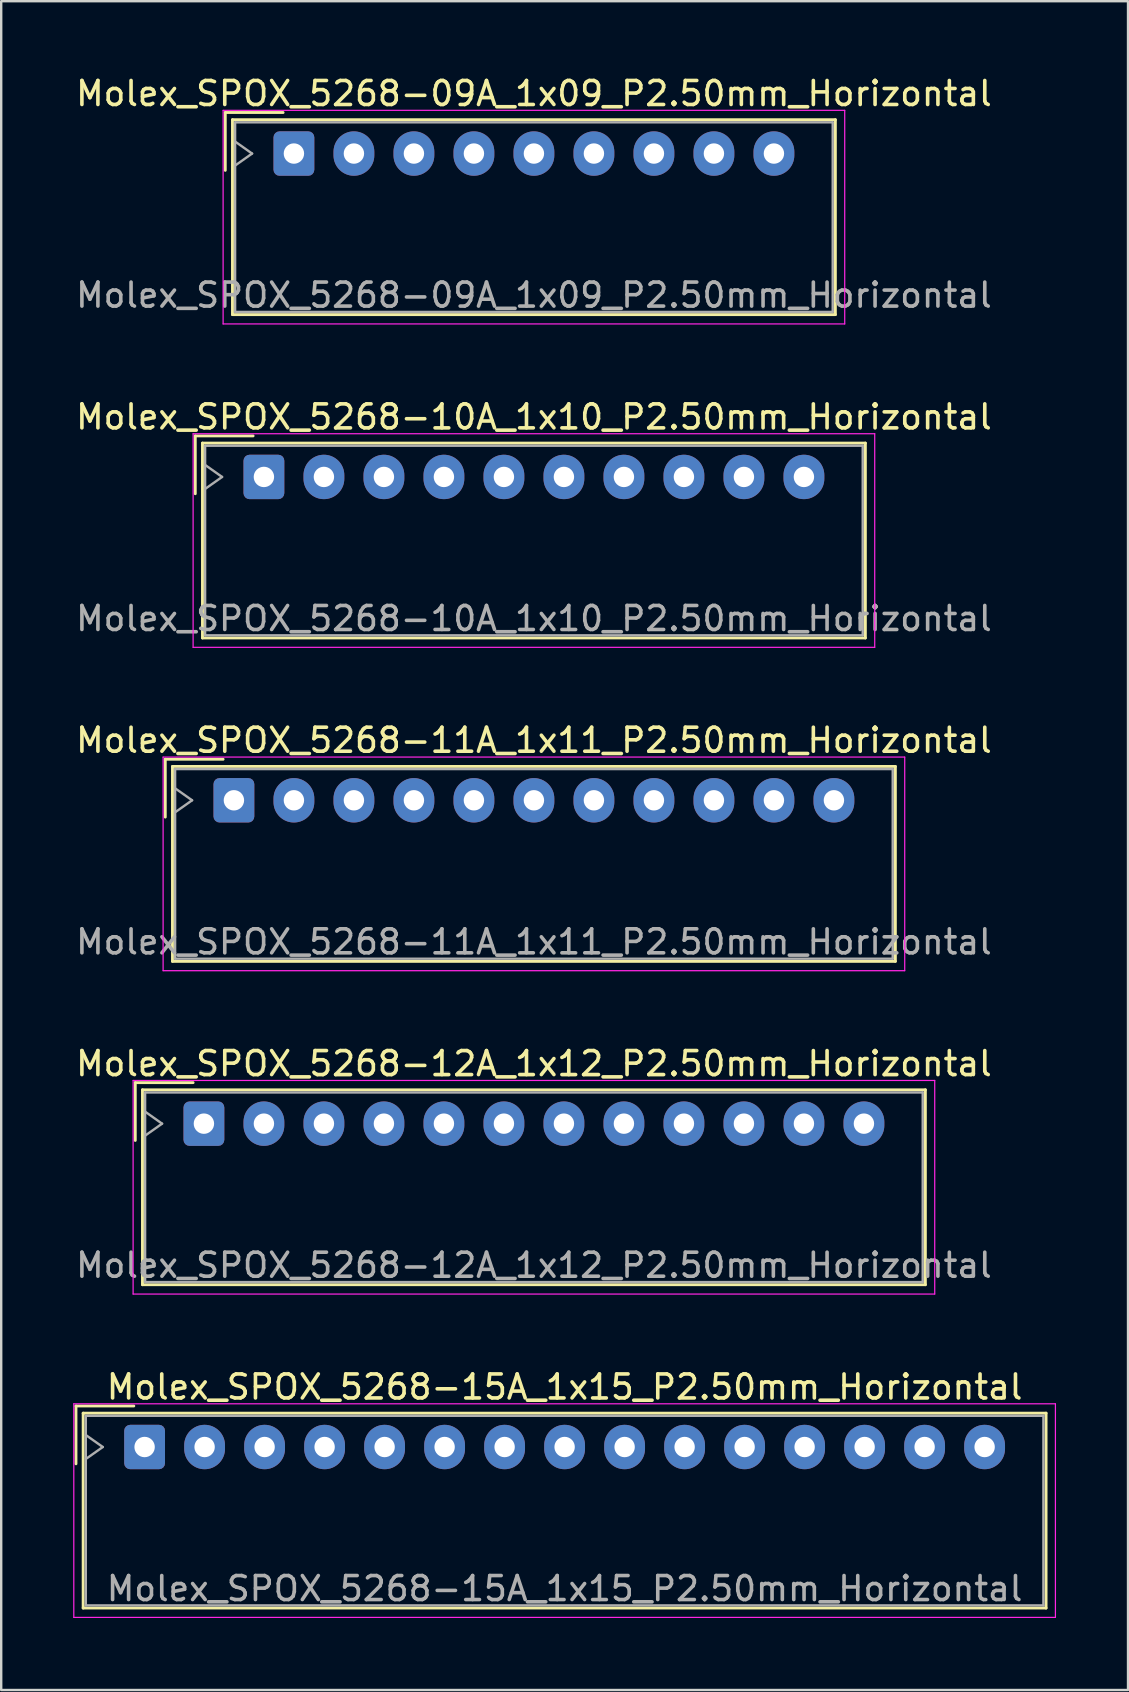
<source format=kicad_pcb>
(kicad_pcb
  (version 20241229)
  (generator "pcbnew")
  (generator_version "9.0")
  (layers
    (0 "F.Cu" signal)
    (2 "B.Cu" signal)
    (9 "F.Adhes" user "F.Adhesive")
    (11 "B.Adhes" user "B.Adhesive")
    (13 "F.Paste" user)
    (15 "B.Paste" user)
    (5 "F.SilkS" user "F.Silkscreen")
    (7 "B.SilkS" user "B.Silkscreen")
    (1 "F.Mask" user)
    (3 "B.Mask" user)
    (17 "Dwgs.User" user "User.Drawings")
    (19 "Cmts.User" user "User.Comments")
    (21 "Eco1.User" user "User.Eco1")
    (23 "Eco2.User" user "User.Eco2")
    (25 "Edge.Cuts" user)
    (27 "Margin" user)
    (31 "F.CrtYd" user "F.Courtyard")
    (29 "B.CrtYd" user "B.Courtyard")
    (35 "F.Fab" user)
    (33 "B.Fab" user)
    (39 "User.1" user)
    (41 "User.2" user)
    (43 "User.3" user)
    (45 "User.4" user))
  (footprint "Molex_SPOX_5268-09A_1x09_P2.50mm_Horizontal"
    (layer "F.Cu")
    (at 9.196 3.348)
    (property "Reference" "Molex_SPOX_5268-09A_1x09_P2.50mm_Horizontal" (at 10 -2.5 0) (layer "F.SilkS") (effects (font (size 1 1) (thickness 0.15))))
    (attr through_hole)
    (fp_line (start -2.86 -1.71) (end -0.45 -1.71) (stroke (width 0.12) (type solid)) (layer "F.SilkS"))
    (fp_line (start -2.86 0.7) (end -2.86 -1.71) (stroke (width 0.12) (type solid)) (layer "F.SilkS"))
    (fp_line (start -2.56 -1.41) (end -2.56 6.71) (stroke (width 0.12) (type solid)) (layer "F.SilkS"))
    (fp_line (start -2.56 6.71) (end 22.56 6.71) (stroke (width 0.12) (type solid)) (layer "F.SilkS"))
    (fp_line (start 22.56 -1.41) (end -2.56 -1.41) (stroke (width 0.12) (type solid)) (layer "F.SilkS"))
    (fp_line (start 22.56 6.71) (end 22.56 -1.41) (stroke (width 0.12) (type solid)) (layer "F.SilkS"))
    (fp_line (start -2.95 -1.8) (end -2.95 7.1) (stroke (width 0.05) (type solid)) (layer "F.CrtYd"))
    (fp_line (start -2.95 7.1) (end 22.95 7.1) (stroke (width 0.05) (type solid)) (layer "F.CrtYd"))
    (fp_line (start 22.95 -1.8) (end -2.95 -1.8) (stroke (width 0.05) (type solid)) (layer "F.CrtYd"))
    (fp_line (start 22.95 7.1) (end 22.95 -1.8) (stroke (width 0.05) (type solid)) (layer "F.CrtYd"))
    (fp_line (start -2.45 -1.3) (end -2.45 6.6) (stroke (width 0.1) (type solid)) (layer "F.Fab"))
    (fp_line (start -2.45 0.5) (end -1.743 0) (stroke (width 0.1) (type solid)) (layer "F.Fab"))
    (fp_line (start -2.45 6.6) (end 22.45 6.6) (stroke (width 0.1) (type solid)) (layer "F.Fab"))
    (fp_line (start -1.743 0) (end -2.45 -0.5) (stroke (width 0.1) (type solid)) (layer "F.Fab"))
    (fp_line (start 22.45 -1.3) (end -2.45 -1.3) (stroke (width 0.1) (type solid)) (layer "F.Fab"))
    (fp_line (start 22.45 6.6) (end 22.45 -1.3) (stroke (width 0.1) (type solid)) (layer "F.Fab"))
    (fp_text user "${REFERENCE}" (at 10 5.9 0) (layer "F.Fab") (effects (font (size 1 1) (thickness 0.15))))
    (pad "1" thru_hole roundrect (at 0 0) (size 1.7 1.85) (drill 0.85) (layers "*.Cu" "*.Mask") (roundrect_rratio 0.147))
    (pad "2" thru_hole oval (at 2.5 0) (size 1.7 1.85) (drill 0.85) (layers "*.Cu" "*.Mask"))
    (pad "3" thru_hole oval (at 5 0) (size 1.7 1.85) (drill 0.85) (layers "*.Cu" "*.Mask"))
    (pad "4" thru_hole oval (at 7.5 0) (size 1.7 1.85) (drill 0.85) (layers "*.Cu" "*.Mask"))
    (pad "5" thru_hole oval (at 10 0) (size 1.7 1.85) (drill 0.85) (layers "*.Cu" "*.Mask"))
    (pad "6" thru_hole oval (at 12.5 0) (size 1.7 1.85) (drill 0.85) (layers "*.Cu" "*.Mask"))
    (pad "7" thru_hole oval (at 15 0) (size 1.7 1.85) (drill 0.85) (layers "*.Cu" "*.Mask"))
    (pad "8" thru_hole oval (at 17.5 0) (size 1.7 1.85) (drill 0.85) (layers "*.Cu" "*.Mask"))
    (pad "9" thru_hole oval (at 20 0) (size 1.7 1.85) (drill 0.85) (layers "*.Cu" "*.Mask")))
  (footprint "Molex_SPOX_5268-11A_1x11_P2.50mm_Horizontal"
    (layer "F.Cu")
    (at 6.696 30.295)
    (property "Reference" "Molex_SPOX_5268-11A_1x11_P2.50mm_Horizontal" (at 12.5 -2.5 0) (layer "F.SilkS") (effects (font (size 1 1) (thickness 0.15))))
    (attr through_hole)
    (fp_line (start -2.86 -1.71) (end -0.45 -1.71) (stroke (width 0.12) (type solid)) (layer "F.SilkS"))
    (fp_line (start -2.86 0.7) (end -2.86 -1.71) (stroke (width 0.12) (type solid)) (layer "F.SilkS"))
    (fp_line (start -2.56 -1.41) (end -2.56 6.71) (stroke (width 0.12) (type solid)) (layer "F.SilkS"))
    (fp_line (start -2.56 6.71) (end 27.56 6.71) (stroke (width 0.12) (type solid)) (layer "F.SilkS"))
    (fp_line (start 27.56 -1.41) (end -2.56 -1.41) (stroke (width 0.12) (type solid)) (layer "F.SilkS"))
    (fp_line (start 27.56 6.71) (end 27.56 -1.41) (stroke (width 0.12) (type solid)) (layer "F.SilkS"))
    (fp_line (start -2.95 -1.8) (end -2.95 7.1) (stroke (width 0.05) (type solid)) (layer "F.CrtYd"))
    (fp_line (start -2.95 7.1) (end 27.95 7.1) (stroke (width 0.05) (type solid)) (layer "F.CrtYd"))
    (fp_line (start 27.95 -1.8) (end -2.95 -1.8) (stroke (width 0.05) (type solid)) (layer "F.CrtYd"))
    (fp_line (start 27.95 7.1) (end 27.95 -1.8) (stroke (width 0.05) (type solid)) (layer "F.CrtYd"))
    (fp_line (start -2.45 -1.3) (end -2.45 6.6) (stroke (width 0.1) (type solid)) (layer "F.Fab"))
    (fp_line (start -2.45 0.5) (end -1.743 0) (stroke (width 0.1) (type solid)) (layer "F.Fab"))
    (fp_line (start -2.45 6.6) (end 27.45 6.6) (stroke (width 0.1) (type solid)) (layer "F.Fab"))
    (fp_line (start -1.743 0) (end -2.45 -0.5) (stroke (width 0.1) (type solid)) (layer "F.Fab"))
    (fp_line (start 27.45 -1.3) (end -2.45 -1.3) (stroke (width 0.1) (type solid)) (layer "F.Fab"))
    (fp_line (start 27.45 6.6) (end 27.45 -1.3) (stroke (width 0.1) (type solid)) (layer "F.Fab"))
    (fp_text user "${REFERENCE}" (at 12.5 5.9 0) (layer "F.Fab") (effects (font (size 1 1) (thickness 0.15))))
    (pad "1" thru_hole roundrect (at 0 0) (size 1.7 1.85) (drill 0.85) (layers "*.Cu" "*.Mask") (roundrect_rratio 0.147))
    (pad "2" thru_hole oval (at 2.5 0) (size 1.7 1.85) (drill 0.85) (layers "*.Cu" "*.Mask"))
    (pad "3" thru_hole oval (at 5 0) (size 1.7 1.85) (drill 0.85) (layers "*.Cu" "*.Mask"))
    (pad "4" thru_hole oval (at 7.5 0) (size 1.7 1.85) (drill 0.85) (layers "*.Cu" "*.Mask"))
    (pad "5" thru_hole oval (at 10 0) (size 1.7 1.85) (drill 0.85) (layers "*.Cu" "*.Mask"))
    (pad "6" thru_hole oval (at 12.5 0) (size 1.7 1.85) (drill 0.85) (layers "*.Cu" "*.Mask"))
    (pad "7" thru_hole oval (at 15 0) (size 1.7 1.85) (drill 0.85) (layers "*.Cu" "*.Mask"))
    (pad "8" thru_hole oval (at 17.5 0) (size 1.7 1.85) (drill 0.85) (layers "*.Cu" "*.Mask"))
    (pad "9" thru_hole oval (at 20 0) (size 1.7 1.85) (drill 0.85) (layers "*.Cu" "*.Mask"))
    (pad "10" thru_hole oval (at 22.5 0) (size 1.7 1.85) (drill 0.85) (layers "*.Cu" "*.Mask"))
    (pad "11" thru_hole oval (at 25 0) (size 1.7 1.85) (drill 0.85) (layers "*.Cu" "*.Mask")))
  (footprint "Molex_SPOX_5268-12A_1x12_P2.50mm_Horizontal"
    (layer "F.Cu")
    (at 5.446 43.768)
    (property "Reference" "Molex_SPOX_5268-12A_1x12_P2.50mm_Horizontal" (at 13.75 -2.5 0) (layer "F.SilkS") (effects (font (size 1 1) (thickness 0.15))))
    (attr through_hole)
    (fp_line (start -2.86 -1.71) (end -0.45 -1.71) (stroke (width 0.12) (type solid)) (layer "F.SilkS"))
    (fp_line (start -2.86 0.7) (end -2.86 -1.71) (stroke (width 0.12) (type solid)) (layer "F.SilkS"))
    (fp_line (start -2.56 -1.41) (end -2.56 6.71) (stroke (width 0.12) (type solid)) (layer "F.SilkS"))
    (fp_line (start -2.56 6.71) (end 30.06 6.71) (stroke (width 0.12) (type solid)) (layer "F.SilkS"))
    (fp_line (start 30.06 -1.41) (end -2.56 -1.41) (stroke (width 0.12) (type solid)) (layer "F.SilkS"))
    (fp_line (start 30.06 6.71) (end 30.06 -1.41) (stroke (width 0.12) (type solid)) (layer "F.SilkS"))
    (fp_line (start -2.95 -1.8) (end -2.95 7.1) (stroke (width 0.05) (type solid)) (layer "F.CrtYd"))
    (fp_line (start -2.95 7.1) (end 30.45 7.1) (stroke (width 0.05) (type solid)) (layer "F.CrtYd"))
    (fp_line (start 30.45 -1.8) (end -2.95 -1.8) (stroke (width 0.05) (type solid)) (layer "F.CrtYd"))
    (fp_line (start 30.45 7.1) (end 30.45 -1.8) (stroke (width 0.05) (type solid)) (layer "F.CrtYd"))
    (fp_line (start -2.45 -1.3) (end -2.45 6.6) (stroke (width 0.1) (type solid)) (layer "F.Fab"))
    (fp_line (start -2.45 0.5) (end -1.743 0) (stroke (width 0.1) (type solid)) (layer "F.Fab"))
    (fp_line (start -2.45 6.6) (end 29.95 6.6) (stroke (width 0.1) (type solid)) (layer "F.Fab"))
    (fp_line (start -1.743 0) (end -2.45 -0.5) (stroke (width 0.1) (type solid)) (layer "F.Fab"))
    (fp_line (start 29.95 -1.3) (end -2.45 -1.3) (stroke (width 0.1) (type solid)) (layer "F.Fab"))
    (fp_line (start 29.95 6.6) (end 29.95 -1.3) (stroke (width 0.1) (type solid)) (layer "F.Fab"))
    (fp_text user "${REFERENCE}" (at 13.75 5.9 0) (layer "F.Fab") (effects (font (size 1 1) (thickness 0.15))))
    (pad "1" thru_hole roundrect (at 0 0) (size 1.7 1.85) (drill 0.85) (layers "*.Cu" "*.Mask") (roundrect_rratio 0.147))
    (pad "2" thru_hole oval (at 2.5 0) (size 1.7 1.85) (drill 0.85) (layers "*.Cu" "*.Mask"))
    (pad "3" thru_hole oval (at 5 0) (size 1.7 1.85) (drill 0.85) (layers "*.Cu" "*.Mask"))
    (pad "4" thru_hole oval (at 7.5 0) (size 1.7 1.85) (drill 0.85) (layers "*.Cu" "*.Mask"))
    (pad "5" thru_hole oval (at 10 0) (size 1.7 1.85) (drill 0.85) (layers "*.Cu" "*.Mask"))
    (pad "6" thru_hole oval (at 12.5 0) (size 1.7 1.85) (drill 0.85) (layers "*.Cu" "*.Mask"))
    (pad "7" thru_hole oval (at 15 0) (size 1.7 1.85) (drill 0.85) (layers "*.Cu" "*.Mask"))
    (pad "8" thru_hole oval (at 17.5 0) (size 1.7 1.85) (drill 0.85) (layers "*.Cu" "*.Mask"))
    (pad "9" thru_hole oval (at 20 0) (size 1.7 1.85) (drill 0.85) (layers "*.Cu" "*.Mask"))
    (pad "10" thru_hole oval (at 22.5 0) (size 1.7 1.85) (drill 0.85) (layers "*.Cu" "*.Mask"))
    (pad "11" thru_hole oval (at 25 0) (size 1.7 1.85) (drill 0.85) (layers "*.Cu" "*.Mask"))
    (pad "12" thru_hole oval (at 27.5 0) (size 1.7 1.85) (drill 0.85) (layers "*.Cu" "*.Mask")))
  (footprint "Molex_SPOX_5268-10A_1x10_P2.50mm_Horizontal"
    (layer "F.Cu")
    (at 7.946 16.822)
    (property "Reference" "Molex_SPOX_5268-10A_1x10_P2.50mm_Horizontal" (at 11.25 -2.5 0) (layer "F.SilkS") (effects (font (size 1 1) (thickness 0.15))))
    (attr through_hole)
    (fp_line (start -2.86 -1.71) (end -0.45 -1.71) (stroke (width 0.12) (type solid)) (layer "F.SilkS"))
    (fp_line (start -2.86 0.7) (end -2.86 -1.71) (stroke (width 0.12) (type solid)) (layer "F.SilkS"))
    (fp_line (start -2.56 -1.41) (end -2.56 6.71) (stroke (width 0.12) (type solid)) (layer "F.SilkS"))
    (fp_line (start -2.56 6.71) (end 25.06 6.71) (stroke (width 0.12) (type solid)) (layer "F.SilkS"))
    (fp_line (start 25.06 -1.41) (end -2.56 -1.41) (stroke (width 0.12) (type solid)) (layer "F.SilkS"))
    (fp_line (start 25.06 6.71) (end 25.06 -1.41) (stroke (width 0.12) (type solid)) (layer "F.SilkS"))
    (fp_line (start -2.95 -1.8) (end -2.95 7.1) (stroke (width 0.05) (type solid)) (layer "F.CrtYd"))
    (fp_line (start -2.95 7.1) (end 25.45 7.1) (stroke (width 0.05) (type solid)) (layer "F.CrtYd"))
    (fp_line (start 25.45 -1.8) (end -2.95 -1.8) (stroke (width 0.05) (type solid)) (layer "F.CrtYd"))
    (fp_line (start 25.45 7.1) (end 25.45 -1.8) (stroke (width 0.05) (type solid)) (layer "F.CrtYd"))
    (fp_line (start -2.45 -1.3) (end -2.45 6.6) (stroke (width 0.1) (type solid)) (layer "F.Fab"))
    (fp_line (start -2.45 0.5) (end -1.743 0) (stroke (width 0.1) (type solid)) (layer "F.Fab"))
    (fp_line (start -2.45 6.6) (end 24.95 6.6) (stroke (width 0.1) (type solid)) (layer "F.Fab"))
    (fp_line (start -1.743 0) (end -2.45 -0.5) (stroke (width 0.1) (type solid)) (layer "F.Fab"))
    (fp_line (start 24.95 -1.3) (end -2.45 -1.3) (stroke (width 0.1) (type solid)) (layer "F.Fab"))
    (fp_line (start 24.95 6.6) (end 24.95 -1.3) (stroke (width 0.1) (type solid)) (layer "F.Fab"))
    (fp_text user "${REFERENCE}" (at 11.25 5.9 0) (layer "F.Fab") (effects (font (size 1 1) (thickness 0.15))))
    (pad "1" thru_hole roundrect (at 0 0) (size 1.7 1.85) (drill 0.85) (layers "*.Cu" "*.Mask") (roundrect_rratio 0.147))
    (pad "2" thru_hole oval (at 2.5 0) (size 1.7 1.85) (drill 0.85) (layers "*.Cu" "*.Mask"))
    (pad "3" thru_hole oval (at 5 0) (size 1.7 1.85) (drill 0.85) (layers "*.Cu" "*.Mask"))
    (pad "4" thru_hole oval (at 7.5 0) (size 1.7 1.85) (drill 0.85) (layers "*.Cu" "*.Mask"))
    (pad "5" thru_hole oval (at 10 0) (size 1.7 1.85) (drill 0.85) (layers "*.Cu" "*.Mask"))
    (pad "6" thru_hole oval (at 12.5 0) (size 1.7 1.85) (drill 0.85) (layers "*.Cu" "*.Mask"))
    (pad "7" thru_hole oval (at 15 0) (size 1.7 1.85) (drill 0.85) (layers "*.Cu" "*.Mask"))
    (pad "8" thru_hole oval (at 17.5 0) (size 1.7 1.85) (drill 0.85) (layers "*.Cu" "*.Mask"))
    (pad "9" thru_hole oval (at 20 0) (size 1.7 1.85) (drill 0.85) (layers "*.Cu" "*.Mask"))
    (pad "10" thru_hole oval (at 22.5 0) (size 1.7 1.85) (drill 0.85) (layers "*.Cu" "*.Mask")))
  (footprint "Molex_SPOX_5268-15A_1x15_P2.50mm_Horizontal"
    (layer "F.Cu")
    (at 2.975 57.241)
    (property "Reference" "Molex_SPOX_5268-15A_1x15_P2.50mm_Horizontal" (at 17.5 -2.5 0) (layer "F.SilkS") (effects (font (size 1 1) (thickness 0.15))))
    (attr through_hole)
    (fp_line (start -2.86 -1.71) (end -0.45 -1.71) (stroke (width 0.12) (type solid)) (layer "F.SilkS"))
    (fp_line (start -2.86 0.7) (end -2.86 -1.71) (stroke (width 0.12) (type solid)) (layer "F.SilkS"))
    (fp_line (start -2.56 -1.41) (end -2.56 6.71) (stroke (width 0.12) (type solid)) (layer "F.SilkS"))
    (fp_line (start -2.56 6.71) (end 37.56 6.71) (stroke (width 0.12) (type solid)) (layer "F.SilkS"))
    (fp_line (start 37.56 -1.41) (end -2.56 -1.41) (stroke (width 0.12) (type solid)) (layer "F.SilkS"))
    (fp_line (start 37.56 6.71) (end 37.56 -1.41) (stroke (width 0.12) (type solid)) (layer "F.SilkS"))
    (fp_line (start -2.95 -1.8) (end -2.95 7.1) (stroke (width 0.05) (type solid)) (layer "F.CrtYd"))
    (fp_line (start -2.95 7.1) (end 37.95 7.1) (stroke (width 0.05) (type solid)) (layer "F.CrtYd"))
    (fp_line (start 37.95 -1.8) (end -2.95 -1.8) (stroke (width 0.05) (type solid)) (layer "F.CrtYd"))
    (fp_line (start 37.95 7.1) (end 37.95 -1.8) (stroke (width 0.05) (type solid)) (layer "F.CrtYd"))
    (fp_line (start -2.45 -1.3) (end -2.45 6.6) (stroke (width 0.1) (type solid)) (layer "F.Fab"))
    (fp_line (start -2.45 0.5) (end -1.743 0) (stroke (width 0.1) (type solid)) (layer "F.Fab"))
    (fp_line (start -2.45 6.6) (end 37.45 6.6) (stroke (width 0.1) (type solid)) (layer "F.Fab"))
    (fp_line (start -1.743 0) (end -2.45 -0.5) (stroke (width 0.1) (type solid)) (layer "F.Fab"))
    (fp_line (start 37.45 -1.3) (end -2.45 -1.3) (stroke (width 0.1) (type solid)) (layer "F.Fab"))
    (fp_line (start 37.45 6.6) (end 37.45 -1.3) (stroke (width 0.1) (type solid)) (layer "F.Fab"))
    (fp_text user "${REFERENCE}" (at 17.5 5.9 0) (layer "F.Fab") (effects (font (size 1 1) (thickness 0.15))))
    (pad "1" thru_hole roundrect (at 0 0) (size 1.7 1.85) (drill 0.85) (layers "*.Cu" "*.Mask") (roundrect_rratio 0.147))
    (pad "2" thru_hole oval (at 2.5 0) (size 1.7 1.85) (drill 0.85) (layers "*.Cu" "*.Mask"))
    (pad "3" thru_hole oval (at 5 0) (size 1.7 1.85) (drill 0.85) (layers "*.Cu" "*.Mask"))
    (pad "4" thru_hole oval (at 7.5 0) (size 1.7 1.85) (drill 0.85) (layers "*.Cu" "*.Mask"))
    (pad "5" thru_hole oval (at 10 0) (size 1.7 1.85) (drill 0.85) (layers "*.Cu" "*.Mask"))
    (pad "6" thru_hole oval (at 12.5 0) (size 1.7 1.85) (drill 0.85) (layers "*.Cu" "*.Mask"))
    (pad "7" thru_hole oval (at 15 0) (size 1.7 1.85) (drill 0.85) (layers "*.Cu" "*.Mask"))
    (pad "8" thru_hole oval (at 17.5 0) (size 1.7 1.85) (drill 0.85) (layers "*.Cu" "*.Mask"))
    (pad "9" thru_hole oval (at 20 0) (size 1.7 1.85) (drill 0.85) (layers "*.Cu" "*.Mask"))
    (pad "10" thru_hole oval (at 22.5 0) (size 1.7 1.85) (drill 0.85) (layers "*.Cu" "*.Mask"))
    (pad "11" thru_hole oval (at 25 0) (size 1.7 1.85) (drill 0.85) (layers "*.Cu" "*.Mask"))
    (pad "12" thru_hole oval (at 27.5 0) (size 1.7 1.85) (drill 0.85) (layers "*.Cu" "*.Mask"))
    (pad "13" thru_hole oval (at 30 0) (size 1.7 1.85) (drill 0.85) (layers "*.Cu" "*.Mask"))
    (pad "14" thru_hole oval (at 32.5 0) (size 1.7 1.85) (drill 0.85) (layers "*.Cu" "*.Mask"))
    (pad "15" thru_hole oval (at 35 0) (size 1.7 1.85) (drill 0.85) (layers "*.Cu" "*.Mask")))
  (gr_rect
    (start -3 -3)
    (end 43.95 67.366)
    (stroke (width 0.1) (type default))
    (fill no)
    (layer "Edge.Cuts")))
</source>
